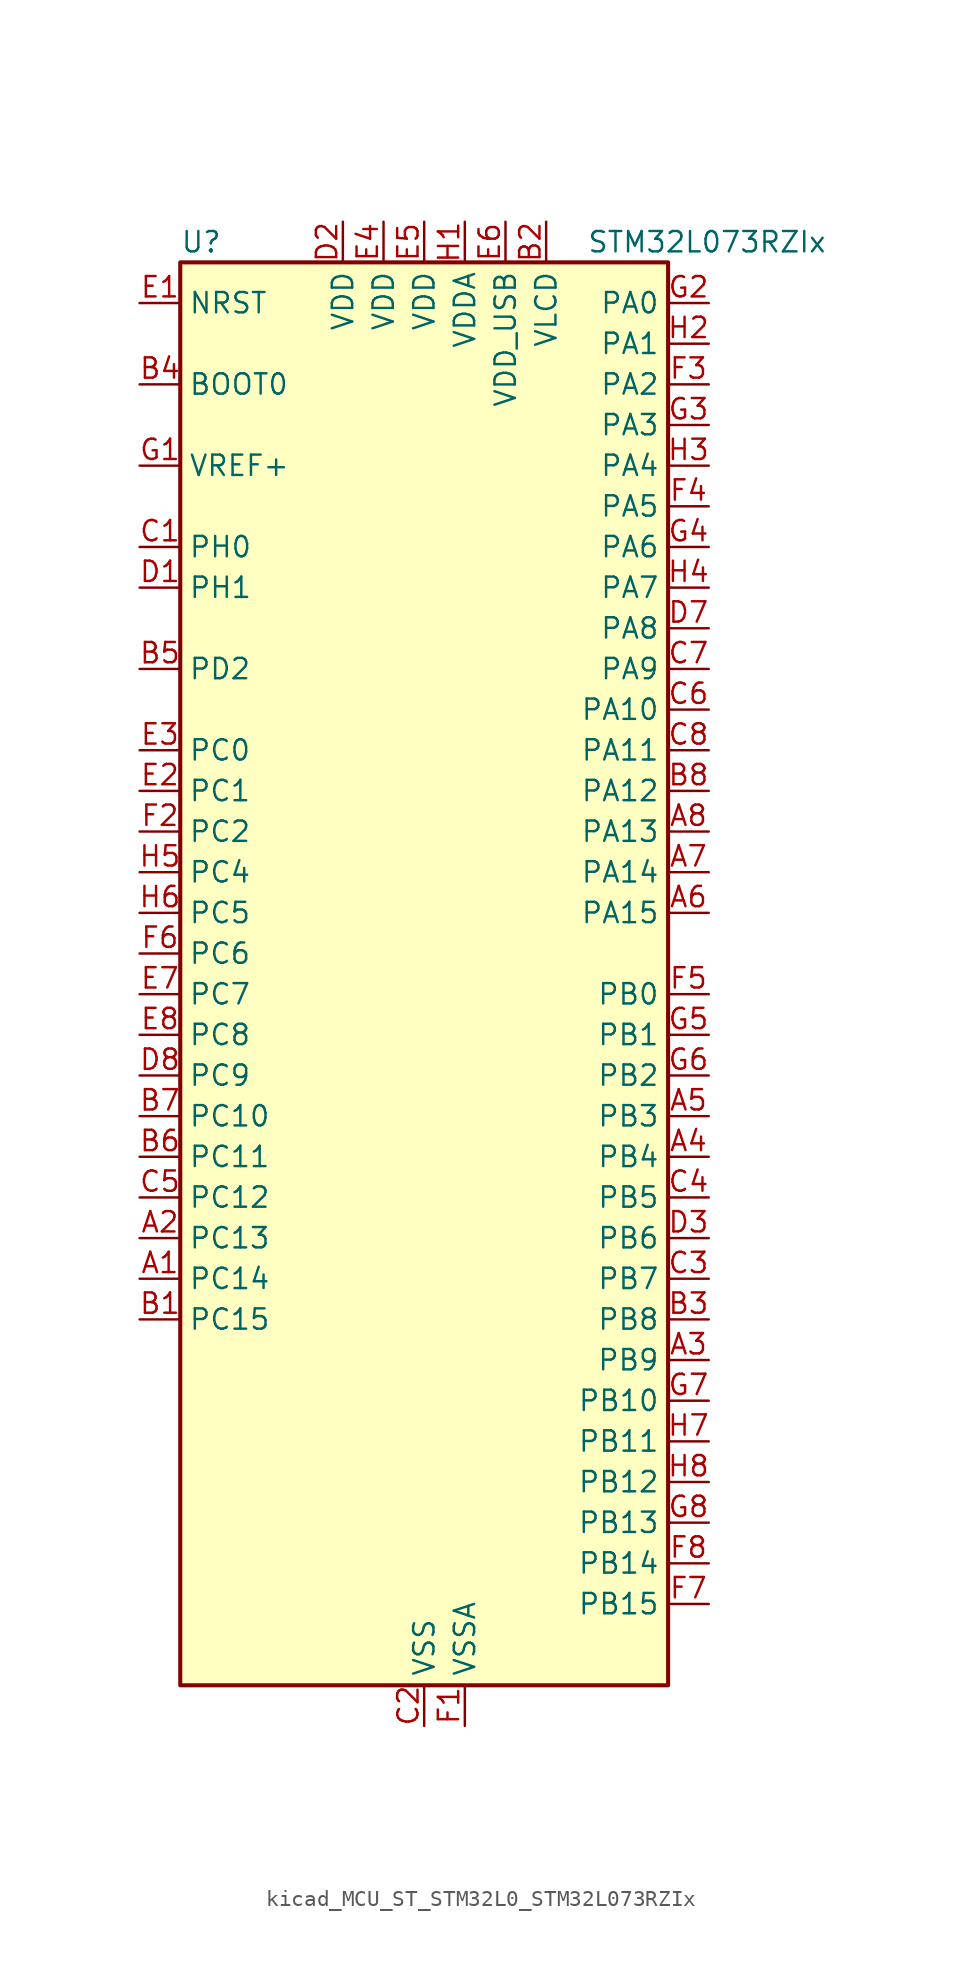
<source format=kicad_sym>
(kicad_symbol_lib
  (version 20220914)
  (generator kicad_symbol_editor)
  (symbol "kicad_MCU_ST_STM32L0_STM32L073RZIx"
    (property "Reference" "U"
      (at -15.24 46.99 0)
      (effects (font (size 1.27 1.27)) (justify left)))
    (property "Value" "STM32L073RZIx"
      (at 10.16 46.99 0)
      (effects (font (size 1.27 1.27)) (justify left)))
    (property "ki_locked" ""
      (at 0 0 0)
      (effects (font (size 1.27 1.27))))
    (symbol "kicad_MCU_ST_STM32L0_STM32L073RZIx_0_1"
      (rectangle (start -15.24 -43.18) (end 15.24 45.72) (stroke (width 0.254) (type default)) (fill (type background))))
    (symbol "kicad_MCU_ST_STM32L0_STM32L073RZIx_1_1"
      (pin bidirectional line (at -17.78 -17.78 0) (length 2.54) (name "PC14" (effects (font (size 1.27 1.27)))) (number "A1" (effects (font (size 1.27 1.27)))) (alternate "RCC_OSC32_IN" bidirectional line))
      (pin bidirectional line (at -17.78 -15.24 0) (length 2.54) (name "PC13" (effects (font (size 1.27 1.27)))) (number "A2" (effects (font (size 1.27 1.27)))) (alternate "RTC_OUT_ALARM" bidirectional line) (alternate "RTC_OUT_CALIB" bidirectional line) (alternate "RTC_TAMP1" bidirectional line) (alternate "RTC_TS" bidirectional line) (alternate "SYS_WKUP2" bidirectional line))
      (pin bidirectional line (at 17.78 -22.86 180) (length 2.54) (name "PB9" (effects (font (size 1.27 1.27)))) (number "A3" (effects (font (size 1.27 1.27)))) (alternate "DAC_EXTI9" bidirectional line) (alternate "I2C1_SDA" bidirectional line) (alternate "I2S2_WS" bidirectional line) (alternate "LCD_COM3" bidirectional line) (alternate "SPI2_NSS" bidirectional line))
      (pin bidirectional line (at 17.78 -10.16 180) (length 2.54) (name "PB4" (effects (font (size 1.27 1.27)))) (number "A4" (effects (font (size 1.27 1.27)))) (alternate "COMP2_INP" bidirectional line) (alternate "I2C3_SDA" bidirectional line) (alternate "LCD_SEG8" bidirectional line) (alternate "SPI1_MISO" bidirectional line) (alternate "TIM22_CH1" bidirectional line) (alternate "TIM3_CH1" bidirectional line) (alternate "TSC_G5_IO2" bidirectional line) (alternate "USART1_CTS" bidirectional line) (alternate "USART5_RX" bidirectional line))
      (pin bidirectional line (at 17.78 -7.62 180) (length 2.54) (name "PB3" (effects (font (size 1.27 1.27)))) (number "A5" (effects (font (size 1.27 1.27)))) (alternate "COMP2_INM" bidirectional line) (alternate "LCD_SEG7" bidirectional line) (alternate "SPI1_SCK" bidirectional line) (alternate "TIM2_CH2" bidirectional line) (alternate "TSC_G5_IO1" bidirectional line) (alternate "USART1_DE" bidirectional line) (alternate "USART1_RTS" bidirectional line) (alternate "USART5_TX" bidirectional line))
      (pin bidirectional line (at 17.78 5.08 180) (length 2.54) (name "PA15" (effects (font (size 1.27 1.27)))) (number "A6" (effects (font (size 1.27 1.27)))) (alternate "LCD_SEG17" bidirectional line) (alternate "SPI1_NSS" bidirectional line) (alternate "TIM2_CH1" bidirectional line) (alternate "TIM2_ETR" bidirectional line) (alternate "USART2_RX" bidirectional line) (alternate "USART4_DE" bidirectional line) (alternate "USART4_RTS" bidirectional line))
      (pin bidirectional line (at 17.78 7.62 180) (length 2.54) (name "PA14" (effects (font (size 1.27 1.27)))) (number "A7" (effects (font (size 1.27 1.27)))) (alternate "LPUART1_TX" bidirectional line) (alternate "SYS_SWCLK" bidirectional line) (alternate "USART2_TX" bidirectional line))
      (pin bidirectional line (at 17.78 10.16 180) (length 2.54) (name "PA13" (effects (font (size 1.27 1.27)))) (number "A8" (effects (font (size 1.27 1.27)))) (alternate "LPUART1_RX" bidirectional line) (alternate "SYS_SWDIO" bidirectional line) (alternate "USB_NOE" bidirectional line))
      (pin bidirectional line (at -17.78 -20.32 0) (length 2.54) (name "PC15" (effects (font (size 1.27 1.27)))) (number "B1" (effects (font (size 1.27 1.27)))) (alternate "RCC_OSC32_OUT" bidirectional line))
      (pin power_in line (at 7.62 48.26 270) (length 2.54) (name "VLCD" (effects (font (size 1.27 1.27)))) (number "B2" (effects (font (size 1.27 1.27)))))
      (pin bidirectional line (at 17.78 -20.32 180) (length 2.54) (name "PB8" (effects (font (size 1.27 1.27)))) (number "B3" (effects (font (size 1.27 1.27)))) (alternate "I2C1_SCL" bidirectional line) (alternate "LCD_SEG16" bidirectional line) (alternate "TSC_SYNC" bidirectional line))
      (pin input line (at -17.78 38.1 0) (length 2.54) (name "BOOT0" (effects (font (size 1.27 1.27)))) (number "B4" (effects (font (size 1.27 1.27)))))
      (pin bidirectional line (at -17.78 20.32 0) (length 2.54) (name "PD2" (effects (font (size 1.27 1.27)))) (number "B5" (effects (font (size 1.27 1.27)))) (alternate "LCD_COM7" bidirectional line) (alternate "LCD_SEG31" bidirectional line) (alternate "LPUART1_DE" bidirectional line) (alternate "LPUART1_RTS" bidirectional line) (alternate "TIM3_ETR" bidirectional line) (alternate "USART5_RX" bidirectional line))
      (pin bidirectional line (at -17.78 -10.16 0) (length 2.54) (name "PC11" (effects (font (size 1.27 1.27)))) (number "B6" (effects (font (size 1.27 1.27)))) (alternate "ADC_EXTI11" bidirectional line) (alternate "LCD_COM5" bidirectional line) (alternate "LCD_SEG29" bidirectional line) (alternate "LPUART1_RX" bidirectional line) (alternate "USART4_RX" bidirectional line))
      (pin bidirectional line (at -17.78 -7.62 0) (length 2.54) (name "PC10" (effects (font (size 1.27 1.27)))) (number "B7" (effects (font (size 1.27 1.27)))) (alternate "LCD_COM4" bidirectional line) (alternate "LCD_SEG28" bidirectional line) (alternate "LPUART1_TX" bidirectional line) (alternate "USART4_TX" bidirectional line))
      (pin bidirectional line (at 17.78 12.7 180) (length 2.54) (name "PA12" (effects (font (size 1.27 1.27)))) (number "B8" (effects (font (size 1.27 1.27)))) (alternate "COMP2_OUT" bidirectional line) (alternate "SPI1_MOSI" bidirectional line) (alternate "TSC_G4_IO4" bidirectional line) (alternate "USART1_DE" bidirectional line) (alternate "USART1_RTS" bidirectional line) (alternate "USB_DP" bidirectional line))
      (pin bidirectional line (at -17.78 27.94 0) (length 2.54) (name "PH0" (effects (font (size 1.27 1.27)))) (number "C1" (effects (font (size 1.27 1.27)))) (alternate "CRS_SYNC" bidirectional line) (alternate "RCC_OSC_IN" bidirectional line))
      (pin power_in line (at 0 -45.72 90) (length 2.54) (name "VSS" (effects (font (size 1.27 1.27)))) (number "C2" (effects (font (size 1.27 1.27)))))
      (pin bidirectional line (at 17.78 -17.78 180) (length 2.54) (name "PB7" (effects (font (size 1.27 1.27)))) (number "C3" (effects (font (size 1.27 1.27)))) (alternate "COMP2_INP" bidirectional line) (alternate "I2C1_SDA" bidirectional line) (alternate "LPTIM1_IN2" bidirectional line) (alternate "SYS_PVD_IN" bidirectional line) (alternate "TSC_G5_IO4" bidirectional line) (alternate "USART1_RX" bidirectional line) (alternate "USART4_CTS" bidirectional line))
      (pin bidirectional line (at 17.78 -12.7 180) (length 2.54) (name "PB5" (effects (font (size 1.27 1.27)))) (number "C4" (effects (font (size 1.27 1.27)))) (alternate "COMP2_INP" bidirectional line) (alternate "I2C1_SMBA" bidirectional line) (alternate "LCD_SEG9" bidirectional line) (alternate "LPTIM1_IN1" bidirectional line) (alternate "SPI1_MOSI" bidirectional line) (alternate "TIM22_CH2" bidirectional line) (alternate "TIM3_CH2" bidirectional line) (alternate "USART1_CK" bidirectional line) (alternate "USART5_CK" bidirectional line) (alternate "USART5_DE" bidirectional line) (alternate "USART5_RTS" bidirectional line))
      (pin bidirectional line (at -17.78 -12.7 0) (length 2.54) (name "PC12" (effects (font (size 1.27 1.27)))) (number "C5" (effects (font (size 1.27 1.27)))) (alternate "LCD_COM6" bidirectional line) (alternate "LCD_SEG30" bidirectional line) (alternate "USART4_CK" bidirectional line) (alternate "USART5_TX" bidirectional line))
      (pin bidirectional line (at 17.78 17.78 180) (length 2.54) (name "PA10" (effects (font (size 1.27 1.27)))) (number "C6" (effects (font (size 1.27 1.27)))) (alternate "I2C1_SDA" bidirectional line) (alternate "LCD_COM2" bidirectional line) (alternate "TSC_G4_IO2" bidirectional line) (alternate "USART1_RX" bidirectional line))
      (pin bidirectional line (at 17.78 20.32 180) (length 2.54) (name "PA9" (effects (font (size 1.27 1.27)))) (number "C7" (effects (font (size 1.27 1.27)))) (alternate "DAC_EXTI9" bidirectional line) (alternate "I2C1_SCL" bidirectional line) (alternate "I2C3_SMBA" bidirectional line) (alternate "LCD_COM1" bidirectional line) (alternate "RCC_MCO" bidirectional line) (alternate "TSC_G4_IO1" bidirectional line) (alternate "USART1_TX" bidirectional line))
      (pin bidirectional line (at 17.78 15.24 180) (length 2.54) (name "PA11" (effects (font (size 1.27 1.27)))) (number "C8" (effects (font (size 1.27 1.27)))) (alternate "ADC_EXTI11" bidirectional line) (alternate "COMP1_OUT" bidirectional line) (alternate "SPI1_MISO" bidirectional line) (alternate "TSC_G4_IO3" bidirectional line) (alternate "USART1_CTS" bidirectional line) (alternate "USB_DM" bidirectional line))
      (pin bidirectional line (at -17.78 25.4 0) (length 2.54) (name "PH1" (effects (font (size 1.27 1.27)))) (number "D1" (effects (font (size 1.27 1.27)))) (alternate "RCC_OSC_OUT" bidirectional line))
      (pin power_in line (at -5.08 48.26 270) (length 2.54) (name "VDD" (effects (font (size 1.27 1.27)))) (number "D2" (effects (font (size 1.27 1.27)))))
      (pin bidirectional line (at 17.78 -15.24 180) (length 2.54) (name "PB6" (effects (font (size 1.27 1.27)))) (number "D3" (effects (font (size 1.27 1.27)))) (alternate "COMP2_INP" bidirectional line) (alternate "I2C1_SCL" bidirectional line) (alternate "LPTIM1_ETR" bidirectional line) (alternate "TSC_G5_IO3" bidirectional line) (alternate "USART1_TX" bidirectional line))
      (pin passive line (at 0 -45.72 90) (length 2.54) hide (name "VSS" (effects (font (size 1.27 1.27)))) (number "D4" (effects (font (size 1.27 1.27)))))
      (pin passive line (at 0 -45.72 90) (length 2.54) hide (name "VSS" (effects (font (size 1.27 1.27)))) (number "D5" (effects (font (size 1.27 1.27)))))
      (pin passive line (at 0 -45.72 90) (length 2.54) hide (name "VSS" (effects (font (size 1.27 1.27)))) (number "D6" (effects (font (size 1.27 1.27)))))
      (pin bidirectional line (at 17.78 22.86 180) (length 2.54) (name "PA8" (effects (font (size 1.27 1.27)))) (number "D7" (effects (font (size 1.27 1.27)))) (alternate "CRS_SYNC" bidirectional line) (alternate "I2C3_SCL" bidirectional line) (alternate "LCD_COM0" bidirectional line) (alternate "RCC_MCO" bidirectional line) (alternate "USART1_CK" bidirectional line))
      (pin bidirectional line (at -17.78 -5.08 0) (length 2.54) (name "PC9" (effects (font (size 1.27 1.27)))) (number "D8" (effects (font (size 1.27 1.27)))) (alternate "DAC_EXTI9" bidirectional line) (alternate "I2C3_SDA" bidirectional line) (alternate "LCD_SEG27" bidirectional line) (alternate "TIM21_ETR" bidirectional line) (alternate "TIM3_CH4" bidirectional line) (alternate "TSC_G8_IO4" bidirectional line) (alternate "USB_NOE" bidirectional line))
      (pin input line (at -17.78 43.18 0) (length 2.54) (name "NRST" (effects (font (size 1.27 1.27)))) (number "E1" (effects (font (size 1.27 1.27)))))
      (pin bidirectional line (at -17.78 12.7 0) (length 2.54) (name "PC1" (effects (font (size 1.27 1.27)))) (number "E2" (effects (font (size 1.27 1.27)))) (alternate "ADC_IN11" bidirectional line) (alternate "I2C3_SDA" bidirectional line) (alternate "LCD_SEG19" bidirectional line) (alternate "LPTIM1_OUT" bidirectional line) (alternate "LPUART1_TX" bidirectional line) (alternate "TSC_G7_IO2" bidirectional line))
      (pin bidirectional line (at -17.78 15.24 0) (length 2.54) (name "PC0" (effects (font (size 1.27 1.27)))) (number "E3" (effects (font (size 1.27 1.27)))) (alternate "ADC_IN10" bidirectional line) (alternate "I2C3_SCL" bidirectional line) (alternate "LCD_SEG18" bidirectional line) (alternate "LPTIM1_IN1" bidirectional line) (alternate "LPUART1_RX" bidirectional line) (alternate "TSC_G7_IO1" bidirectional line))
      (pin power_in line (at -2.54 48.26 270) (length 2.54) (name "VDD" (effects (font (size 1.27 1.27)))) (number "E4" (effects (font (size 1.27 1.27)))))
      (pin power_in line (at 0 48.26 270) (length 2.54) (name "VDD" (effects (font (size 1.27 1.27)))) (number "E5" (effects (font (size 1.27 1.27)))))
      (pin power_in line (at 5.08 48.26 270) (length 2.54) (name "VDD_USB" (effects (font (size 1.27 1.27)))) (number "E6" (effects (font (size 1.27 1.27)))))
      (pin bidirectional line (at -17.78 0 0) (length 2.54) (name "PC7" (effects (font (size 1.27 1.27)))) (number "E7" (effects (font (size 1.27 1.27)))) (alternate "LCD_SEG25" bidirectional line) (alternate "TIM22_CH2" bidirectional line) (alternate "TIM3_CH2" bidirectional line) (alternate "TSC_G8_IO2" bidirectional line))
      (pin bidirectional line (at -17.78 -2.54 0) (length 2.54) (name "PC8" (effects (font (size 1.27 1.27)))) (number "E8" (effects (font (size 1.27 1.27)))) (alternate "LCD_SEG26" bidirectional line) (alternate "TIM22_ETR" bidirectional line) (alternate "TIM3_CH3" bidirectional line) (alternate "TSC_G8_IO3" bidirectional line))
      (pin power_in line (at 2.54 -45.72 90) (length 2.54) (name "VSSA" (effects (font (size 1.27 1.27)))) (number "F1" (effects (font (size 1.27 1.27)))))
      (pin bidirectional line (at -17.78 10.16 0) (length 2.54) (name "PC2" (effects (font (size 1.27 1.27)))) (number "F2" (effects (font (size 1.27 1.27)))) (alternate "ADC_IN12" bidirectional line) (alternate "I2S2_MCK" bidirectional line) (alternate "LCD_SEG20" bidirectional line) (alternate "LPTIM1_IN2" bidirectional line) (alternate "SPI2_MISO" bidirectional line) (alternate "TSC_G7_IO3" bidirectional line))
      (pin bidirectional line (at 17.78 38.1 180) (length 2.54) (name "PA2" (effects (font (size 1.27 1.27)))) (number "F3" (effects (font (size 1.27 1.27)))) (alternate "ADC_IN2" bidirectional line) (alternate "COMP2_INM" bidirectional line) (alternate "COMP2_OUT" bidirectional line) (alternate "LCD_SEG1" bidirectional line) (alternate "LPUART1_TX" bidirectional line) (alternate "TIM21_CH1" bidirectional line) (alternate "TIM2_CH3" bidirectional line) (alternate "TSC_G1_IO3" bidirectional line) (alternate "USART2_TX" bidirectional line))
      (pin bidirectional line (at 17.78 30.48 180) (length 2.54) (name "PA5" (effects (font (size 1.27 1.27)))) (number "F4" (effects (font (size 1.27 1.27)))) (alternate "ADC_IN5" bidirectional line) (alternate "COMP1_INM" bidirectional line) (alternate "COMP2_INM" bidirectional line) (alternate "DAC_OUT2" bidirectional line) (alternate "SPI1_SCK" bidirectional line) (alternate "TIM2_CH1" bidirectional line) (alternate "TIM2_ETR" bidirectional line) (alternate "TSC_G2_IO2" bidirectional line))
      (pin bidirectional line (at 17.78 0 180) (length 2.54) (name "PB0" (effects (font (size 1.27 1.27)))) (number "F5" (effects (font (size 1.27 1.27)))) (alternate "ADC_IN8" bidirectional line) (alternate "LCD_SEG5" bidirectional line) (alternate "LCD_VLCD3" bidirectional line) (alternate "SYS_VREF_OUT_PB0" bidirectional line) (alternate "TIM3_CH3" bidirectional line) (alternate "TSC_G3_IO2" bidirectional line))
      (pin bidirectional line (at -17.78 2.54 0) (length 2.54) (name "PC6" (effects (font (size 1.27 1.27)))) (number "F6" (effects (font (size 1.27 1.27)))) (alternate "LCD_SEG24" bidirectional line) (alternate "TIM22_CH1" bidirectional line) (alternate "TIM3_CH1" bidirectional line) (alternate "TSC_G8_IO1" bidirectional line))
      (pin bidirectional line (at 17.78 -38.1 180) (length 2.54) (name "PB15" (effects (font (size 1.27 1.27)))) (number "F7" (effects (font (size 1.27 1.27)))) (alternate "I2S2_SD" bidirectional line) (alternate "LCD_SEG15" bidirectional line) (alternate "RTC_REFIN" bidirectional line) (alternate "SPI2_MOSI" bidirectional line))
      (pin bidirectional line (at 17.78 -35.56 180) (length 2.54) (name "PB14" (effects (font (size 1.27 1.27)))) (number "F8" (effects (font (size 1.27 1.27)))) (alternate "I2C2_SDA" bidirectional line) (alternate "I2S2_MCK" bidirectional line) (alternate "LCD_SEG14" bidirectional line) (alternate "LPUART1_DE" bidirectional line) (alternate "LPUART1_RTS" bidirectional line) (alternate "RTC_OUT_ALARM" bidirectional line) (alternate "RTC_OUT_CALIB" bidirectional line) (alternate "SPI2_MISO" bidirectional line) (alternate "TIM21_CH2" bidirectional line) (alternate "TSC_G6_IO4" bidirectional line))
      (pin input line (at -17.78 33.02 0) (length 2.54) (name "VREF+" (effects (font (size 1.27 1.27)))) (number "G1" (effects (font (size 1.27 1.27)))))
      (pin bidirectional line (at 17.78 43.18 180) (length 2.54) (name "PA0" (effects (font (size 1.27 1.27)))) (number "G2" (effects (font (size 1.27 1.27)))) (alternate "ADC_IN0" bidirectional line) (alternate "COMP1_INM" bidirectional line) (alternate "COMP1_OUT" bidirectional line) (alternate "RTC_TAMP2" bidirectional line) (alternate "SYS_WKUP1" bidirectional line) (alternate "TIM2_CH1" bidirectional line) (alternate "TIM2_ETR" bidirectional line) (alternate "TSC_G1_IO1" bidirectional line) (alternate "USART2_CTS" bidirectional line) (alternate "USART4_TX" bidirectional line))
      (pin bidirectional line (at 17.78 35.56 180) (length 2.54) (name "PA3" (effects (font (size 1.27 1.27)))) (number "G3" (effects (font (size 1.27 1.27)))) (alternate "ADC_IN3" bidirectional line) (alternate "COMP2_INP" bidirectional line) (alternate "LCD_SEG2" bidirectional line) (alternate "LPUART1_RX" bidirectional line) (alternate "TIM21_CH2" bidirectional line) (alternate "TIM2_CH4" bidirectional line) (alternate "TSC_G1_IO4" bidirectional line) (alternate "USART2_RX" bidirectional line))
      (pin bidirectional line (at 17.78 27.94 180) (length 2.54) (name "PA6" (effects (font (size 1.27 1.27)))) (number "G4" (effects (font (size 1.27 1.27)))) (alternate "ADC_IN6" bidirectional line) (alternate "COMP1_OUT" bidirectional line) (alternate "LCD_SEG3" bidirectional line) (alternate "LPUART1_CTS" bidirectional line) (alternate "SPI1_MISO" bidirectional line) (alternate "TIM22_CH1" bidirectional line) (alternate "TIM3_CH1" bidirectional line) (alternate "TSC_G2_IO3" bidirectional line))
      (pin bidirectional line (at 17.78 -2.54 180) (length 2.54) (name "PB1" (effects (font (size 1.27 1.27)))) (number "G5" (effects (font (size 1.27 1.27)))) (alternate "ADC_IN9" bidirectional line) (alternate "LCD_SEG6" bidirectional line) (alternate "LPUART1_DE" bidirectional line) (alternate "LPUART1_RTS" bidirectional line) (alternate "SYS_VREF_OUT_PB1" bidirectional line) (alternate "TIM3_CH4" bidirectional line) (alternate "TSC_G3_IO3" bidirectional line))
      (pin bidirectional line (at 17.78 -5.08 180) (length 2.54) (name "PB2" (effects (font (size 1.27 1.27)))) (number "G6" (effects (font (size 1.27 1.27)))) (alternate "I2C3_SMBA" bidirectional line) (alternate "LCD_VLCD2" bidirectional line) (alternate "LPTIM1_OUT" bidirectional line) (alternate "TSC_G3_IO4" bidirectional line))
      (pin bidirectional line (at 17.78 -25.4 180) (length 2.54) (name "PB10" (effects (font (size 1.27 1.27)))) (number "G7" (effects (font (size 1.27 1.27)))) (alternate "I2C2_SCL" bidirectional line) (alternate "LCD_SEG10" bidirectional line) (alternate "LPUART1_RX" bidirectional line) (alternate "LPUART1_TX" bidirectional line) (alternate "SPI2_SCK" bidirectional line) (alternate "TIM2_CH3" bidirectional line) (alternate "TSC_SYNC" bidirectional line))
      (pin bidirectional line (at 17.78 -33.02 180) (length 2.54) (name "PB13" (effects (font (size 1.27 1.27)))) (number "G8" (effects (font (size 1.27 1.27)))) (alternate "I2C2_SCL" bidirectional line) (alternate "I2S2_CK" bidirectional line) (alternate "LCD_SEG13" bidirectional line) (alternate "LPUART1_CTS" bidirectional line) (alternate "RCC_MCO" bidirectional line) (alternate "SPI2_SCK" bidirectional line) (alternate "TIM21_CH1" bidirectional line) (alternate "TSC_G6_IO3" bidirectional line))
      (pin power_in line (at 2.54 48.26 270) (length 2.54) (name "VDDA" (effects (font (size 1.27 1.27)))) (number "H1" (effects (font (size 1.27 1.27)))))
      (pin bidirectional line (at 17.78 40.64 180) (length 2.54) (name "PA1" (effects (font (size 1.27 1.27)))) (number "H2" (effects (font (size 1.27 1.27)))) (alternate "ADC_IN1" bidirectional line) (alternate "COMP1_INP" bidirectional line) (alternate "LCD_SEG0" bidirectional line) (alternate "TIM21_ETR" bidirectional line) (alternate "TIM2_CH2" bidirectional line) (alternate "TSC_G1_IO2" bidirectional line) (alternate "USART2_DE" bidirectional line) (alternate "USART2_RTS" bidirectional line) (alternate "USART4_RX" bidirectional line))
      (pin bidirectional line (at 17.78 33.02 180) (length 2.54) (name "PA4" (effects (font (size 1.27 1.27)))) (number "H3" (effects (font (size 1.27 1.27)))) (alternate "ADC_IN4" bidirectional line) (alternate "COMP1_INM" bidirectional line) (alternate "COMP2_INM" bidirectional line) (alternate "DAC_OUT1" bidirectional line) (alternate "SPI1_NSS" bidirectional line) (alternate "TIM22_ETR" bidirectional line) (alternate "TSC_G2_IO1" bidirectional line) (alternate "USART2_CK" bidirectional line))
      (pin bidirectional line (at 17.78 25.4 180) (length 2.54) (name "PA7" (effects (font (size 1.27 1.27)))) (number "H4" (effects (font (size 1.27 1.27)))) (alternate "ADC_IN7" bidirectional line) (alternate "COMP2_OUT" bidirectional line) (alternate "LCD_SEG4" bidirectional line) (alternate "SPI1_MOSI" bidirectional line) (alternate "TIM22_CH2" bidirectional line) (alternate "TIM3_CH2" bidirectional line) (alternate "TSC_G2_IO4" bidirectional line))
      (pin bidirectional line (at -17.78 7.62 0) (length 2.54) (name "PC4" (effects (font (size 1.27 1.27)))) (number "H5" (effects (font (size 1.27 1.27)))) (alternate "ADC_IN14" bidirectional line) (alternate "LCD_SEG22" bidirectional line) (alternate "LPUART1_TX" bidirectional line))
      (pin bidirectional line (at -17.78 5.08 0) (length 2.54) (name "PC5" (effects (font (size 1.27 1.27)))) (number "H6" (effects (font (size 1.27 1.27)))) (alternate "ADC_IN15" bidirectional line) (alternate "LCD_SEG23" bidirectional line) (alternate "LPUART1_RX" bidirectional line) (alternate "TSC_G3_IO1" bidirectional line))
      (pin bidirectional line (at 17.78 -27.94 180) (length 2.54) (name "PB11" (effects (font (size 1.27 1.27)))) (number "H7" (effects (font (size 1.27 1.27)))) (alternate "ADC_EXTI11" bidirectional line) (alternate "I2C2_SDA" bidirectional line) (alternate "LCD_SEG11" bidirectional line) (alternate "LPUART1_RX" bidirectional line) (alternate "LPUART1_TX" bidirectional line) (alternate "TIM2_CH4" bidirectional line) (alternate "TSC_G6_IO1" bidirectional line))
      (pin bidirectional line (at 17.78 -30.48 180) (length 2.54) (name "PB12" (effects (font (size 1.27 1.27)))) (number "H8" (effects (font (size 1.27 1.27)))) (alternate "I2S2_WS" bidirectional line) (alternate "LCD_SEG12" bidirectional line) (alternate "LCD_VLCD2" bidirectional line) (alternate "LPUART1_DE" bidirectional line) (alternate "LPUART1_RTS" bidirectional line) (alternate "SPI2_NSS" bidirectional line) (alternate "TSC_G6_IO2" bidirectional line)))))
</source>
